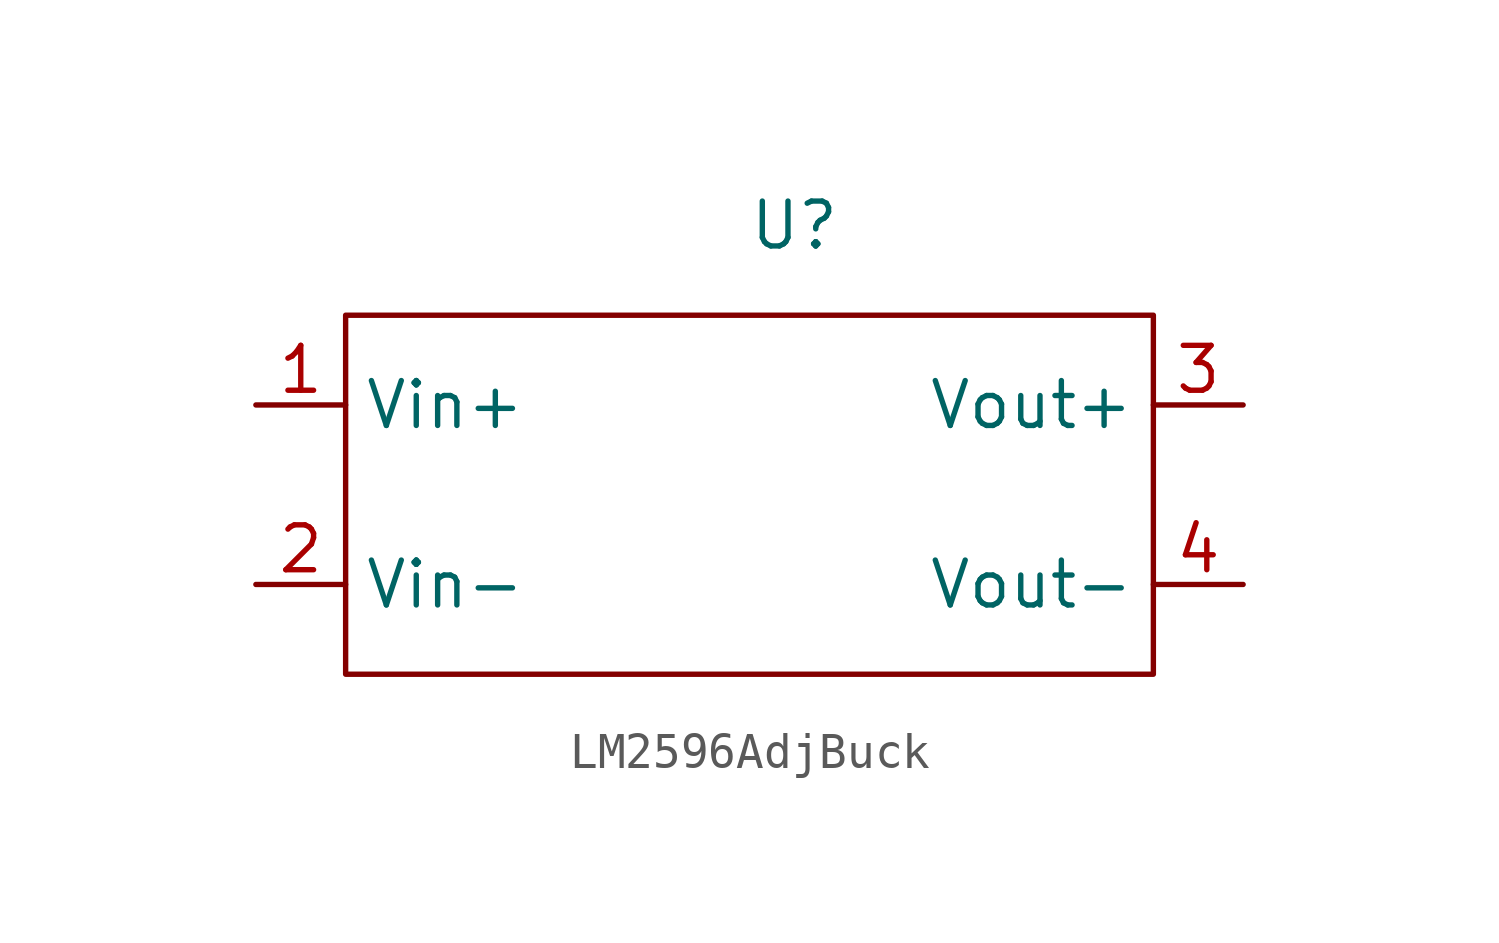
<source format=kicad_sym>
(kicad_symbol_lib
  (version 20220914)
  (generator kicad_symbol_editor)
  (symbol "LM2596AdjBuck"
    (property "Reference" "U"
      (at 0 0 0)
      (effects (font (size 1.27 1.27))))
    (property "Value" ""
      (at 0 0 0)
      (effects (font (size 1.27 1.27))))
    (symbol "LM2596AdjBuck_0_1"
      (rectangle (start -12.7 -2.54) (end 10.16 -12.7) (stroke (width 0) (type default)) (fill (type none))))
    (symbol "LM2596AdjBuck_1_1"
      (pin power_in line (at -15.24 -5.08 0) (length 2.54) (name "Vin+" (effects (font (size 1.27 1.27)))) (number "1" (effects (font (size 1.27 1.27)))))
      (pin power_in line (at -15.24 -10.16 0) (length 2.54) (name "Vin-" (effects (font (size 1.27 1.27)))) (number "2" (effects (font (size 1.27 1.27)))))
      (pin power_out line (at 12.7 -5.08 180) (length 2.54) (name "Vout+" (effects (font (size 1.27 1.27)))) (number "3" (effects (font (size 1.27 1.27)))))
      (pin power_out line (at 12.7 -10.16 180) (length 2.54) (name "Vout-" (effects (font (size 1.27 1.27)))) (number "4" (effects (font (size 1.27 1.27))))))))
</source>
